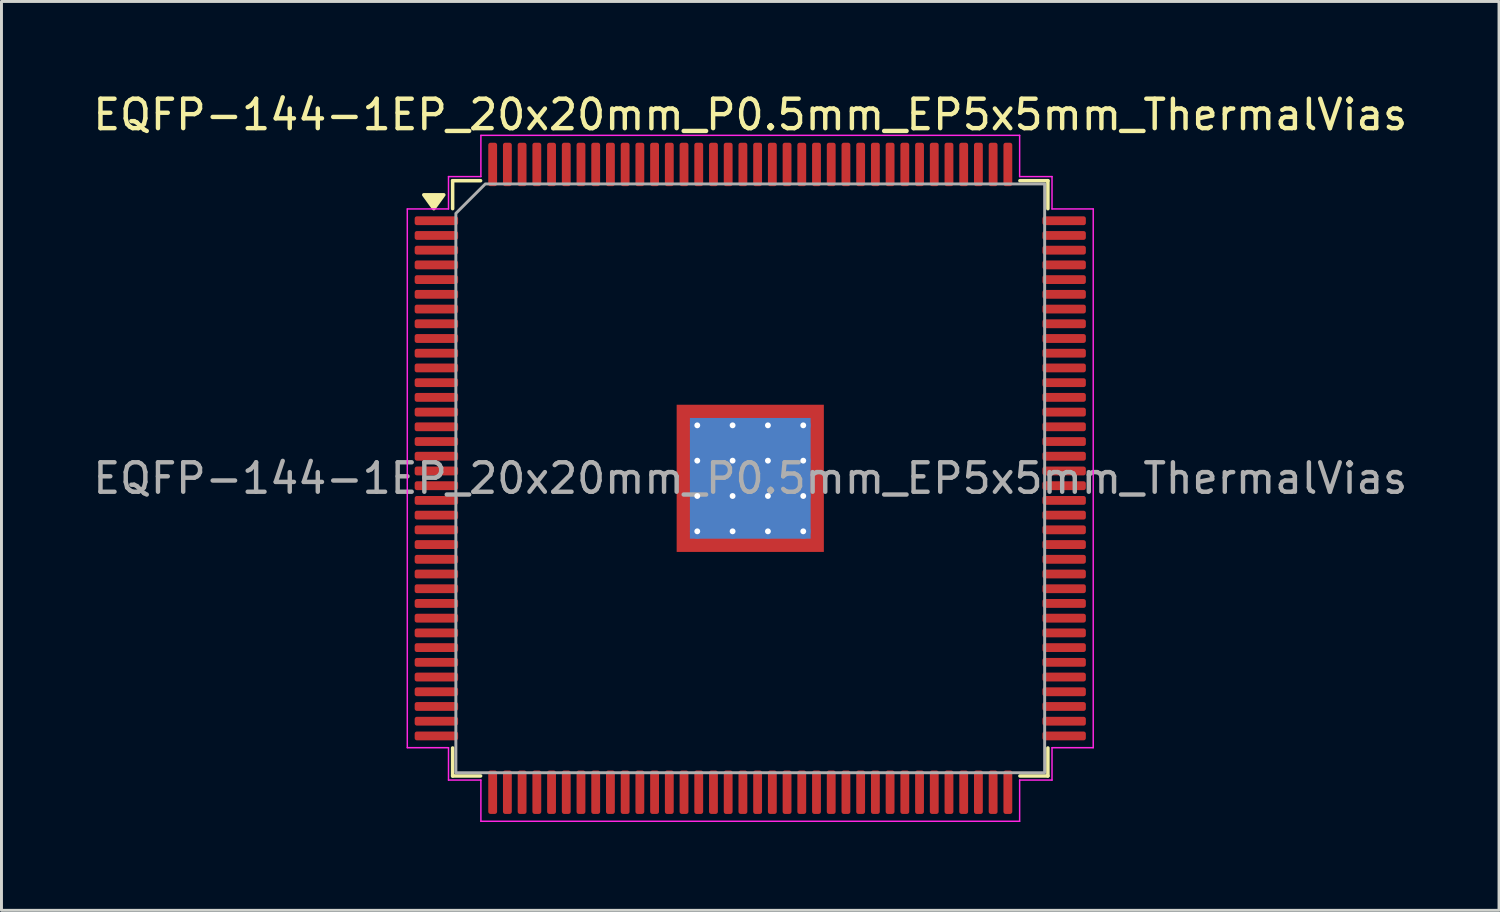
<source format=kicad_pcb>
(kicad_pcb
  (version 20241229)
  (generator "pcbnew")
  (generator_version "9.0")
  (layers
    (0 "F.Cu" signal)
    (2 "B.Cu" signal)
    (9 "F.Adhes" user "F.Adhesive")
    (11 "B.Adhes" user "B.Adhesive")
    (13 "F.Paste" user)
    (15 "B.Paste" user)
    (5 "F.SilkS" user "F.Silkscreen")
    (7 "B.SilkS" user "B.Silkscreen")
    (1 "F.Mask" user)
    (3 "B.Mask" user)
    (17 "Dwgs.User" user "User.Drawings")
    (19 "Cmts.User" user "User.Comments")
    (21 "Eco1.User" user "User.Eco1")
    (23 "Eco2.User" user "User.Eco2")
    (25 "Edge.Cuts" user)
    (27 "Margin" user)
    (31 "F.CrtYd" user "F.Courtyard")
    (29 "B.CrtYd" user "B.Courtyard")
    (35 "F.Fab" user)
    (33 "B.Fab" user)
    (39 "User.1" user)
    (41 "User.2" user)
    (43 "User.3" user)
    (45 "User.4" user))
  (footprint "EQFP-144-1EP_20x20mm_P0.5mm_EP5x5mm_ThermalVias"
    (layer "F.Cu")
    (at 22.435 13.198)
    (property "Reference" "EQFP-144-1EP_20x20mm_P0.5mm_EP5x5mm_ThermalVias" (at 0 -12.35 0) (layer "F.SilkS") (effects (font (size 1 1) (thickness 0.15))))
    (attr smd)
    (fp_line (start -10.11 -10.11) (end -9.16 -10.11) (stroke (width 0.12) (type solid)) (layer "F.SilkS"))
    (fp_line (start -10.11 -9.16) (end -10.11 -10.11) (stroke (width 0.12) (type solid)) (layer "F.SilkS"))
    (fp_line (start -10.11 10.11) (end -10.11 9.16) (stroke (width 0.12) (type solid)) (layer "F.SilkS"))
    (fp_line (start -9.16 10.11) (end -10.11 10.11) (stroke (width 0.12) (type solid)) (layer "F.SilkS"))
    (fp_line (start 9.16 -10.11) (end 10.11 -10.11) (stroke (width 0.12) (type solid)) (layer "F.SilkS"))
    (fp_line (start 10.11 -10.11) (end 10.11 -9.16) (stroke (width 0.12) (type solid)) (layer "F.SilkS"))
    (fp_line (start 10.11 9.16) (end 10.11 10.11) (stroke (width 0.12) (type solid)) (layer "F.SilkS"))
    (fp_line (start 10.11 10.11) (end 9.16 10.11) (stroke (width 0.12) (type solid)) (layer "F.SilkS"))
    (fp_poly (pts (xy -10.75 -9.16) (xy -11.09 -9.63) (xy -10.41 -9.63)) (stroke (width 0.12) (type solid)) (fill yes) (layer "F.SilkS"))
    (fp_line (start -11.65 -9.15) (end -10.25 -9.15) (stroke (width 0.05) (type solid)) (layer "F.CrtYd"))
    (fp_line (start -11.65 9.15) (end -11.65 -9.15) (stroke (width 0.05) (type solid)) (layer "F.CrtYd"))
    (fp_line (start -10.25 -10.25) (end -9.15 -10.25) (stroke (width 0.05) (type solid)) (layer "F.CrtYd"))
    (fp_line (start -10.25 -9.15) (end -10.25 -10.25) (stroke (width 0.05) (type solid)) (layer "F.CrtYd"))
    (fp_line (start -10.25 9.15) (end -11.65 9.15) (stroke (width 0.05) (type solid)) (layer "F.CrtYd"))
    (fp_line (start -10.25 10.25) (end -10.25 9.15) (stroke (width 0.05) (type solid)) (layer "F.CrtYd"))
    (fp_line (start -9.15 -11.65) (end 9.15 -11.65) (stroke (width 0.05) (type solid)) (layer "F.CrtYd"))
    (fp_line (start -9.15 -10.25) (end -9.15 -11.65) (stroke (width 0.05) (type solid)) (layer "F.CrtYd"))
    (fp_line (start -9.15 10.25) (end -10.25 10.25) (stroke (width 0.05) (type solid)) (layer "F.CrtYd"))
    (fp_line (start -9.15 11.65) (end -9.15 10.25) (stroke (width 0.05) (type solid)) (layer "F.CrtYd"))
    (fp_line (start 9.15 -11.65) (end 9.15 -10.25) (stroke (width 0.05) (type solid)) (layer "F.CrtYd"))
    (fp_line (start 9.15 -10.25) (end 10.25 -10.25) (stroke (width 0.05) (type solid)) (layer "F.CrtYd"))
    (fp_line (start 9.15 10.25) (end 9.15 11.65) (stroke (width 0.05) (type solid)) (layer "F.CrtYd"))
    (fp_line (start 9.15 11.65) (end -9.15 11.65) (stroke (width 0.05) (type solid)) (layer "F.CrtYd"))
    (fp_line (start 10.25 -10.25) (end 10.25 -9.15) (stroke (width 0.05) (type solid)) (layer "F.CrtYd"))
    (fp_line (start 10.25 -9.15) (end 11.65 -9.15) (stroke (width 0.05) (type solid)) (layer "F.CrtYd"))
    (fp_line (start 10.25 9.15) (end 10.25 10.25) (stroke (width 0.05) (type solid)) (layer "F.CrtYd"))
    (fp_line (start 10.25 10.25) (end 9.15 10.25) (stroke (width 0.05) (type solid)) (layer "F.CrtYd"))
    (fp_line (start 11.65 -9.15) (end 11.65 9.15) (stroke (width 0.05) (type solid)) (layer "F.CrtYd"))
    (fp_line (start 11.65 9.15) (end 10.25 9.15) (stroke (width 0.05) (type solid)) (layer "F.CrtYd"))
    (fp_poly (pts (xy -10 -9) (xy -10 10) (xy 10 10) (xy 10 -10) (xy -9 -10)) (stroke (width 0.1) (type solid)) (fill no) (layer "F.Fab"))
    (fp_text user "${REFERENCE}" (at 0 0 0) (layer "F.Fab") (effects (font (size 1 1) (thickness 0.15))))
    (pad "" smd roundrect (at -1.875 -1.875) (size 1.01 1.01) (layers "F.Paste") (roundrect_rratio 0.248))
    (pad "" smd roundrect (at -1.875 -0.625) (size 1.01 1.01) (layers "F.Paste") (roundrect_rratio 0.248))
    (pad "" smd roundrect (at -1.875 0.625) (size 1.01 1.01) (layers "F.Paste") (roundrect_rratio 0.248))
    (pad "" smd roundrect (at -1.875 1.875) (size 1.01 1.01) (layers "F.Paste") (roundrect_rratio 0.248))
    (pad "" smd roundrect (at -0.625 -1.875) (size 1.01 1.01) (layers "F.Paste") (roundrect_rratio 0.248))
    (pad "" smd roundrect (at -0.625 -0.625) (size 1.01 1.01) (layers "F.Paste") (roundrect_rratio 0.248))
    (pad "" smd roundrect (at -0.625 0.625) (size 1.01 1.01) (layers "F.Paste") (roundrect_rratio 0.248))
    (pad "" smd roundrect (at -0.625 1.875) (size 1.01 1.01) (layers "F.Paste") (roundrect_rratio 0.248))
    (pad "" smd roundrect (at 0.625 -1.875) (size 1.01 1.01) (layers "F.Paste") (roundrect_rratio 0.248))
    (pad "" smd roundrect (at 0.625 -0.625) (size 1.01 1.01) (layers "F.Paste") (roundrect_rratio 0.248))
    (pad "" smd roundrect (at 0.625 0.625) (size 1.01 1.01) (layers "F.Paste") (roundrect_rratio 0.248))
    (pad "" smd roundrect (at 0.625 1.875) (size 1.01 1.01) (layers "F.Paste") (roundrect_rratio 0.248))
    (pad "" smd roundrect (at 1.875 -1.875) (size 1.01 1.01) (layers "F.Paste") (roundrect_rratio 0.248))
    (pad "" smd roundrect (at 1.875 -0.625) (size 1.01 1.01) (layers "F.Paste") (roundrect_rratio 0.248))
    (pad "" smd roundrect (at 1.875 0.625) (size 1.01 1.01) (layers "F.Paste") (roundrect_rratio 0.248))
    (pad "" smd roundrect (at 1.875 1.875) (size 1.01 1.01) (layers "F.Paste") (roundrect_rratio 0.248))
    (pad "1" smd roundrect (at -10.662 -8.75) (size 1.475 0.3) (layers "F.Cu" "F.Mask" "F.Paste") (roundrect_rratio 0.25))
    (pad "2" smd roundrect (at -10.662 -8.25) (size 1.475 0.3) (layers "F.Cu" "F.Mask" "F.Paste") (roundrect_rratio 0.25))
    (pad "3" smd roundrect (at -10.662 -7.75) (size 1.475 0.3) (layers "F.Cu" "F.Mask" "F.Paste") (roundrect_rratio 0.25))
    (pad "4" smd roundrect (at -10.662 -7.25) (size 1.475 0.3) (layers "F.Cu" "F.Mask" "F.Paste") (roundrect_rratio 0.25))
    (pad "5" smd roundrect (at -10.662 -6.75) (size 1.475 0.3) (layers "F.Cu" "F.Mask" "F.Paste") (roundrect_rratio 0.25))
    (pad "6" smd roundrect (at -10.662 -6.25) (size 1.475 0.3) (layers "F.Cu" "F.Mask" "F.Paste") (roundrect_rratio 0.25))
    (pad "7" smd roundrect (at -10.662 -5.75) (size 1.475 0.3) (layers "F.Cu" "F.Mask" "F.Paste") (roundrect_rratio 0.25))
    (pad "8" smd roundrect (at -10.662 -5.25) (size 1.475 0.3) (layers "F.Cu" "F.Mask" "F.Paste") (roundrect_rratio 0.25))
    (pad "9" smd roundrect (at -10.662 -4.75) (size 1.475 0.3) (layers "F.Cu" "F.Mask" "F.Paste") (roundrect_rratio 0.25))
    (pad "10" smd roundrect (at -10.662 -4.25) (size 1.475 0.3) (layers "F.Cu" "F.Mask" "F.Paste") (roundrect_rratio 0.25))
    (pad "11" smd roundrect (at -10.662 -3.75) (size 1.475 0.3) (layers "F.Cu" "F.Mask" "F.Paste") (roundrect_rratio 0.25))
    (pad "12" smd roundrect (at -10.662 -3.25) (size 1.475 0.3) (layers "F.Cu" "F.Mask" "F.Paste") (roundrect_rratio 0.25))
    (pad "13" smd roundrect (at -10.662 -2.75) (size 1.475 0.3) (layers "F.Cu" "F.Mask" "F.Paste") (roundrect_rratio 0.25))
    (pad "14" smd roundrect (at -10.662 -2.25) (size 1.475 0.3) (layers "F.Cu" "F.Mask" "F.Paste") (roundrect_rratio 0.25))
    (pad "15" smd roundrect (at -10.662 -1.75) (size 1.475 0.3) (layers "F.Cu" "F.Mask" "F.Paste") (roundrect_rratio 0.25))
    (pad "16" smd roundrect (at -10.662 -1.25) (size 1.475 0.3) (layers "F.Cu" "F.Mask" "F.Paste") (roundrect_rratio 0.25))
    (pad "17" smd roundrect (at -10.662 -0.75) (size 1.475 0.3) (layers "F.Cu" "F.Mask" "F.Paste") (roundrect_rratio 0.25))
    (pad "18" smd roundrect (at -10.662 -0.25) (size 1.475 0.3) (layers "F.Cu" "F.Mask" "F.Paste") (roundrect_rratio 0.25))
    (pad "19" smd roundrect (at -10.662 0.25) (size 1.475 0.3) (layers "F.Cu" "F.Mask" "F.Paste") (roundrect_rratio 0.25))
    (pad "20" smd roundrect (at -10.662 0.75) (size 1.475 0.3) (layers "F.Cu" "F.Mask" "F.Paste") (roundrect_rratio 0.25))
    (pad "21" smd roundrect (at -10.662 1.25) (size 1.475 0.3) (layers "F.Cu" "F.Mask" "F.Paste") (roundrect_rratio 0.25))
    (pad "22" smd roundrect (at -10.662 1.75) (size 1.475 0.3) (layers "F.Cu" "F.Mask" "F.Paste") (roundrect_rratio 0.25))
    (pad "23" smd roundrect (at -10.662 2.25) (size 1.475 0.3) (layers "F.Cu" "F.Mask" "F.Paste") (roundrect_rratio 0.25))
    (pad "24" smd roundrect (at -10.662 2.75) (size 1.475 0.3) (layers "F.Cu" "F.Mask" "F.Paste") (roundrect_rratio 0.25))
    (pad "25" smd roundrect (at -10.662 3.25) (size 1.475 0.3) (layers "F.Cu" "F.Mask" "F.Paste") (roundrect_rratio 0.25))
    (pad "26" smd roundrect (at -10.662 3.75) (size 1.475 0.3) (layers "F.Cu" "F.Mask" "F.Paste") (roundrect_rratio 0.25))
    (pad "27" smd roundrect (at -10.662 4.25) (size 1.475 0.3) (layers "F.Cu" "F.Mask" "F.Paste") (roundrect_rratio 0.25))
    (pad "28" smd roundrect (at -10.662 4.75) (size 1.475 0.3) (layers "F.Cu" "F.Mask" "F.Paste") (roundrect_rratio 0.25))
    (pad "29" smd roundrect (at -10.662 5.25) (size 1.475 0.3) (layers "F.Cu" "F.Mask" "F.Paste") (roundrect_rratio 0.25))
    (pad "30" smd roundrect (at -10.662 5.75) (size 1.475 0.3) (layers "F.Cu" "F.Mask" "F.Paste") (roundrect_rratio 0.25))
    (pad "31" smd roundrect (at -10.662 6.25) (size 1.475 0.3) (layers "F.Cu" "F.Mask" "F.Paste") (roundrect_rratio 0.25))
    (pad "32" smd roundrect (at -10.662 6.75) (size 1.475 0.3) (layers "F.Cu" "F.Mask" "F.Paste") (roundrect_rratio 0.25))
    (pad "33" smd roundrect (at -10.662 7.25) (size 1.475 0.3) (layers "F.Cu" "F.Mask" "F.Paste") (roundrect_rratio 0.25))
    (pad "34" smd roundrect (at -10.662 7.75) (size 1.475 0.3) (layers "F.Cu" "F.Mask" "F.Paste") (roundrect_rratio 0.25))
    (pad "35" smd roundrect (at -10.662 8.25) (size 1.475 0.3) (layers "F.Cu" "F.Mask" "F.Paste") (roundrect_rratio 0.25))
    (pad "36" smd roundrect (at -10.662 8.75) (size 1.475 0.3) (layers "F.Cu" "F.Mask" "F.Paste") (roundrect_rratio 0.25))
    (pad "37" smd roundrect (at -8.75 10.662) (size 0.3 1.475) (layers "F.Cu" "F.Mask" "F.Paste") (roundrect_rratio 0.25))
    (pad "38" smd roundrect (at -8.25 10.662) (size 0.3 1.475) (layers "F.Cu" "F.Mask" "F.Paste") (roundrect_rratio 0.25))
    (pad "39" smd roundrect (at -7.75 10.662) (size 0.3 1.475) (layers "F.Cu" "F.Mask" "F.Paste") (roundrect_rratio 0.25))
    (pad "40" smd roundrect (at -7.25 10.662) (size 0.3 1.475) (layers "F.Cu" "F.Mask" "F.Paste") (roundrect_rratio 0.25))
    (pad "41" smd roundrect (at -6.75 10.662) (size 0.3 1.475) (layers "F.Cu" "F.Mask" "F.Paste") (roundrect_rratio 0.25))
    (pad "42" smd roundrect (at -6.25 10.662) (size 0.3 1.475) (layers "F.Cu" "F.Mask" "F.Paste") (roundrect_rratio 0.25))
    (pad "43" smd roundrect (at -5.75 10.662) (size 0.3 1.475) (layers "F.Cu" "F.Mask" "F.Paste") (roundrect_rratio 0.25))
    (pad "44" smd roundrect (at -5.25 10.662) (size 0.3 1.475) (layers "F.Cu" "F.Mask" "F.Paste") (roundrect_rratio 0.25))
    (pad "45" smd roundrect (at -4.75 10.662) (size 0.3 1.475) (layers "F.Cu" "F.Mask" "F.Paste") (roundrect_rratio 0.25))
    (pad "46" smd roundrect (at -4.25 10.662) (size 0.3 1.475) (layers "F.Cu" "F.Mask" "F.Paste") (roundrect_rratio 0.25))
    (pad "47" smd roundrect (at -3.75 10.662) (size 0.3 1.475) (layers "F.Cu" "F.Mask" "F.Paste") (roundrect_rratio 0.25))
    (pad "48" smd roundrect (at -3.25 10.662) (size 0.3 1.475) (layers "F.Cu" "F.Mask" "F.Paste") (roundrect_rratio 0.25))
    (pad "49" smd roundrect (at -2.75 10.662) (size 0.3 1.475) (layers "F.Cu" "F.Mask" "F.Paste") (roundrect_rratio 0.25))
    (pad "50" smd roundrect (at -2.25 10.662) (size 0.3 1.475) (layers "F.Cu" "F.Mask" "F.Paste") (roundrect_rratio 0.25))
    (pad "51" smd roundrect (at -1.75 10.662) (size 0.3 1.475) (layers "F.Cu" "F.Mask" "F.Paste") (roundrect_rratio 0.25))
    (pad "52" smd roundrect (at -1.25 10.662) (size 0.3 1.475) (layers "F.Cu" "F.Mask" "F.Paste") (roundrect_rratio 0.25))
    (pad "53" smd roundrect (at -0.75 10.662) (size 0.3 1.475) (layers "F.Cu" "F.Mask" "F.Paste") (roundrect_rratio 0.25))
    (pad "54" smd roundrect (at -0.25 10.662) (size 0.3 1.475) (layers "F.Cu" "F.Mask" "F.Paste") (roundrect_rratio 0.25))
    (pad "55" smd roundrect (at 0.25 10.662) (size 0.3 1.475) (layers "F.Cu" "F.Mask" "F.Paste") (roundrect_rratio 0.25))
    (pad "56" smd roundrect (at 0.75 10.662) (size 0.3 1.475) (layers "F.Cu" "F.Mask" "F.Paste") (roundrect_rratio 0.25))
    (pad "57" smd roundrect (at 1.25 10.662) (size 0.3 1.475) (layers "F.Cu" "F.Mask" "F.Paste") (roundrect_rratio 0.25))
    (pad "58" smd roundrect (at 1.75 10.662) (size 0.3 1.475) (layers "F.Cu" "F.Mask" "F.Paste") (roundrect_rratio 0.25))
    (pad "59" smd roundrect (at 2.25 10.662) (size 0.3 1.475) (layers "F.Cu" "F.Mask" "F.Paste") (roundrect_rratio 0.25))
    (pad "60" smd roundrect (at 2.75 10.662) (size 0.3 1.475) (layers "F.Cu" "F.Mask" "F.Paste") (roundrect_rratio 0.25))
    (pad "61" smd roundrect (at 3.25 10.662) (size 0.3 1.475) (layers "F.Cu" "F.Mask" "F.Paste") (roundrect_rratio 0.25))
    (pad "62" smd roundrect (at 3.75 10.662) (size 0.3 1.475) (layers "F.Cu" "F.Mask" "F.Paste") (roundrect_rratio 0.25))
    (pad "63" smd roundrect (at 4.25 10.662) (size 0.3 1.475) (layers "F.Cu" "F.Mask" "F.Paste") (roundrect_rratio 0.25))
    (pad "64" smd roundrect (at 4.75 10.662) (size 0.3 1.475) (layers "F.Cu" "F.Mask" "F.Paste") (roundrect_rratio 0.25))
    (pad "65" smd roundrect (at 5.25 10.662) (size 0.3 1.475) (layers "F.Cu" "F.Mask" "F.Paste") (roundrect_rratio 0.25))
    (pad "66" smd roundrect (at 5.75 10.662) (size 0.3 1.475) (layers "F.Cu" "F.Mask" "F.Paste") (roundrect_rratio 0.25))
    (pad "67" smd roundrect (at 6.25 10.662) (size 0.3 1.475) (layers "F.Cu" "F.Mask" "F.Paste") (roundrect_rratio 0.25))
    (pad "68" smd roundrect (at 6.75 10.662) (size 0.3 1.475) (layers "F.Cu" "F.Mask" "F.Paste") (roundrect_rratio 0.25))
    (pad "69" smd roundrect (at 7.25 10.662) (size 0.3 1.475) (layers "F.Cu" "F.Mask" "F.Paste") (roundrect_rratio 0.25))
    (pad "70" smd roundrect (at 7.75 10.662) (size 0.3 1.475) (layers "F.Cu" "F.Mask" "F.Paste") (roundrect_rratio 0.25))
    (pad "71" smd roundrect (at 8.25 10.662) (size 0.3 1.475) (layers "F.Cu" "F.Mask" "F.Paste") (roundrect_rratio 0.25))
    (pad "72" smd roundrect (at 8.75 10.662) (size 0.3 1.475) (layers "F.Cu" "F.Mask" "F.Paste") (roundrect_rratio 0.25))
    (pad "73" smd roundrect (at 10.662 8.75) (size 1.475 0.3) (layers "F.Cu" "F.Mask" "F.Paste") (roundrect_rratio 0.25))
    (pad "74" smd roundrect (at 10.662 8.25) (size 1.475 0.3) (layers "F.Cu" "F.Mask" "F.Paste") (roundrect_rratio 0.25))
    (pad "75" smd roundrect (at 10.662 7.75) (size 1.475 0.3) (layers "F.Cu" "F.Mask" "F.Paste") (roundrect_rratio 0.25))
    (pad "76" smd roundrect (at 10.662 7.25) (size 1.475 0.3) (layers "F.Cu" "F.Mask" "F.Paste") (roundrect_rratio 0.25))
    (pad "77" smd roundrect (at 10.662 6.75) (size 1.475 0.3) (layers "F.Cu" "F.Mask" "F.Paste") (roundrect_rratio 0.25))
    (pad "78" smd roundrect (at 10.662 6.25) (size 1.475 0.3) (layers "F.Cu" "F.Mask" "F.Paste") (roundrect_rratio 0.25))
    (pad "79" smd roundrect (at 10.662 5.75) (size 1.475 0.3) (layers "F.Cu" "F.Mask" "F.Paste") (roundrect_rratio 0.25))
    (pad "80" smd roundrect (at 10.662 5.25) (size 1.475 0.3) (layers "F.Cu" "F.Mask" "F.Paste") (roundrect_rratio 0.25))
    (pad "81" smd roundrect (at 10.662 4.75) (size 1.475 0.3) (layers "F.Cu" "F.Mask" "F.Paste") (roundrect_rratio 0.25))
    (pad "82" smd roundrect (at 10.662 4.25) (size 1.475 0.3) (layers "F.Cu" "F.Mask" "F.Paste") (roundrect_rratio 0.25))
    (pad "83" smd roundrect (at 10.662 3.75) (size 1.475 0.3) (layers "F.Cu" "F.Mask" "F.Paste") (roundrect_rratio 0.25))
    (pad "84" smd roundrect (at 10.662 3.25) (size 1.475 0.3) (layers "F.Cu" "F.Mask" "F.Paste") (roundrect_rratio 0.25))
    (pad "85" smd roundrect (at 10.662 2.75) (size 1.475 0.3) (layers "F.Cu" "F.Mask" "F.Paste") (roundrect_rratio 0.25))
    (pad "86" smd roundrect (at 10.662 2.25) (size 1.475 0.3) (layers "F.Cu" "F.Mask" "F.Paste") (roundrect_rratio 0.25))
    (pad "87" smd roundrect (at 10.662 1.75) (size 1.475 0.3) (layers "F.Cu" "F.Mask" "F.Paste") (roundrect_rratio 0.25))
    (pad "88" smd roundrect (at 10.662 1.25) (size 1.475 0.3) (layers "F.Cu" "F.Mask" "F.Paste") (roundrect_rratio 0.25))
    (pad "89" smd roundrect (at 10.662 0.75) (size 1.475 0.3) (layers "F.Cu" "F.Mask" "F.Paste") (roundrect_rratio 0.25))
    (pad "90" smd roundrect (at 10.662 0.25) (size 1.475 0.3) (layers "F.Cu" "F.Mask" "F.Paste") (roundrect_rratio 0.25))
    (pad "91" smd roundrect (at 10.662 -0.25) (size 1.475 0.3) (layers "F.Cu" "F.Mask" "F.Paste") (roundrect_rratio 0.25))
    (pad "92" smd roundrect (at 10.662 -0.75) (size 1.475 0.3) (layers "F.Cu" "F.Mask" "F.Paste") (roundrect_rratio 0.25))
    (pad "93" smd roundrect (at 10.662 -1.25) (size 1.475 0.3) (layers "F.Cu" "F.Mask" "F.Paste") (roundrect_rratio 0.25))
    (pad "94" smd roundrect (at 10.662 -1.75) (size 1.475 0.3) (layers "F.Cu" "F.Mask" "F.Paste") (roundrect_rratio 0.25))
    (pad "95" smd roundrect (at 10.662 -2.25) (size 1.475 0.3) (layers "F.Cu" "F.Mask" "F.Paste") (roundrect_rratio 0.25))
    (pad "96" smd roundrect (at 10.662 -2.75) (size 1.475 0.3) (layers "F.Cu" "F.Mask" "F.Paste") (roundrect_rratio 0.25))
    (pad "97" smd roundrect (at 10.662 -3.25) (size 1.475 0.3) (layers "F.Cu" "F.Mask" "F.Paste") (roundrect_rratio 0.25))
    (pad "98" smd roundrect (at 10.662 -3.75) (size 1.475 0.3) (layers "F.Cu" "F.Mask" "F.Paste") (roundrect_rratio 0.25))
    (pad "99" smd roundrect (at 10.662 -4.25) (size 1.475 0.3) (layers "F.Cu" "F.Mask" "F.Paste") (roundrect_rratio 0.25))
    (pad "100" smd roundrect (at 10.662 -4.75) (size 1.475 0.3) (layers "F.Cu" "F.Mask" "F.Paste") (roundrect_rratio 0.25))
    (pad "101" smd roundrect (at 10.662 -5.25) (size 1.475 0.3) (layers "F.Cu" "F.Mask" "F.Paste") (roundrect_rratio 0.25))
    (pad "102" smd roundrect (at 10.662 -5.75) (size 1.475 0.3) (layers "F.Cu" "F.Mask" "F.Paste") (roundrect_rratio 0.25))
    (pad "103" smd roundrect (at 10.662 -6.25) (size 1.475 0.3) (layers "F.Cu" "F.Mask" "F.Paste") (roundrect_rratio 0.25))
    (pad "104" smd roundrect (at 10.662 -6.75) (size 1.475 0.3) (layers "F.Cu" "F.Mask" "F.Paste") (roundrect_rratio 0.25))
    (pad "105" smd roundrect (at 10.662 -7.25) (size 1.475 0.3) (layers "F.Cu" "F.Mask" "F.Paste") (roundrect_rratio 0.25))
    (pad "106" smd roundrect (at 10.662 -7.75) (size 1.475 0.3) (layers "F.Cu" "F.Mask" "F.Paste") (roundrect_rratio 0.25))
    (pad "107" smd roundrect (at 10.662 -8.25) (size 1.475 0.3) (layers "F.Cu" "F.Mask" "F.Paste") (roundrect_rratio 0.25))
    (pad "108" smd roundrect (at 10.662 -8.75) (size 1.475 0.3) (layers "F.Cu" "F.Mask" "F.Paste") (roundrect_rratio 0.25))
    (pad "109" smd roundrect (at 8.75 -10.662) (size 0.3 1.475) (layers "F.Cu" "F.Mask" "F.Paste") (roundrect_rratio 0.25))
    (pad "110" smd roundrect (at 8.25 -10.662) (size 0.3 1.475) (layers "F.Cu" "F.Mask" "F.Paste") (roundrect_rratio 0.25))
    (pad "111" smd roundrect (at 7.75 -10.662) (size 0.3 1.475) (layers "F.Cu" "F.Mask" "F.Paste") (roundrect_rratio 0.25))
    (pad "112" smd roundrect (at 7.25 -10.662) (size 0.3 1.475) (layers "F.Cu" "F.Mask" "F.Paste") (roundrect_rratio 0.25))
    (pad "113" smd roundrect (at 6.75 -10.662) (size 0.3 1.475) (layers "F.Cu" "F.Mask" "F.Paste") (roundrect_rratio 0.25))
    (pad "114" smd roundrect (at 6.25 -10.662) (size 0.3 1.475) (layers "F.Cu" "F.Mask" "F.Paste") (roundrect_rratio 0.25))
    (pad "115" smd roundrect (at 5.75 -10.662) (size 0.3 1.475) (layers "F.Cu" "F.Mask" "F.Paste") (roundrect_rratio 0.25))
    (pad "116" smd roundrect (at 5.25 -10.662) (size 0.3 1.475) (layers "F.Cu" "F.Mask" "F.Paste") (roundrect_rratio 0.25))
    (pad "117" smd roundrect (at 4.75 -10.662) (size 0.3 1.475) (layers "F.Cu" "F.Mask" "F.Paste") (roundrect_rratio 0.25))
    (pad "118" smd roundrect (at 4.25 -10.662) (size 0.3 1.475) (layers "F.Cu" "F.Mask" "F.Paste") (roundrect_rratio 0.25))
    (pad "119" smd roundrect (at 3.75 -10.662) (size 0.3 1.475) (layers "F.Cu" "F.Mask" "F.Paste") (roundrect_rratio 0.25))
    (pad "120" smd roundrect (at 3.25 -10.662) (size 0.3 1.475) (layers "F.Cu" "F.Mask" "F.Paste") (roundrect_rratio 0.25))
    (pad "121" smd roundrect (at 2.75 -10.662) (size 0.3 1.475) (layers "F.Cu" "F.Mask" "F.Paste") (roundrect_rratio 0.25))
    (pad "122" smd roundrect (at 2.25 -10.662) (size 0.3 1.475) (layers "F.Cu" "F.Mask" "F.Paste") (roundrect_rratio 0.25))
    (pad "123" smd roundrect (at 1.75 -10.662) (size 0.3 1.475) (layers "F.Cu" "F.Mask" "F.Paste") (roundrect_rratio 0.25))
    (pad "124" smd roundrect (at 1.25 -10.662) (size 0.3 1.475) (layers "F.Cu" "F.Mask" "F.Paste") (roundrect_rratio 0.25))
    (pad "125" smd roundrect (at 0.75 -10.662) (size 0.3 1.475) (layers "F.Cu" "F.Mask" "F.Paste") (roundrect_rratio 0.25))
    (pad "126" smd roundrect (at 0.25 -10.662) (size 0.3 1.475) (layers "F.Cu" "F.Mask" "F.Paste") (roundrect_rratio 0.25))
    (pad "127" smd roundrect (at -0.25 -10.662) (size 0.3 1.475) (layers "F.Cu" "F.Mask" "F.Paste") (roundrect_rratio 0.25))
    (pad "128" smd roundrect (at -0.75 -10.662) (size 0.3 1.475) (layers "F.Cu" "F.Mask" "F.Paste") (roundrect_rratio 0.25))
    (pad "129" smd roundrect (at -1.25 -10.662) (size 0.3 1.475) (layers "F.Cu" "F.Mask" "F.Paste") (roundrect_rratio 0.25))
    (pad "130" smd roundrect (at -1.75 -10.662) (size 0.3 1.475) (layers "F.Cu" "F.Mask" "F.Paste") (roundrect_rratio 0.25))
    (pad "131" smd roundrect (at -2.25 -10.662) (size 0.3 1.475) (layers "F.Cu" "F.Mask" "F.Paste") (roundrect_rratio 0.25))
    (pad "132" smd roundrect (at -2.75 -10.662) (size 0.3 1.475) (layers "F.Cu" "F.Mask" "F.Paste") (roundrect_rratio 0.25))
    (pad "133" smd roundrect (at -3.25 -10.662) (size 0.3 1.475) (layers "F.Cu" "F.Mask" "F.Paste") (roundrect_rratio 0.25))
    (pad "134" smd roundrect (at -3.75 -10.662) (size 0.3 1.475) (layers "F.Cu" "F.Mask" "F.Paste") (roundrect_rratio 0.25))
    (pad "135" smd roundrect (at -4.25 -10.662) (size 0.3 1.475) (layers "F.Cu" "F.Mask" "F.Paste") (roundrect_rratio 0.25))
    (pad "136" smd roundrect (at -4.75 -10.662) (size 0.3 1.475) (layers "F.Cu" "F.Mask" "F.Paste") (roundrect_rratio 0.25))
    (pad "137" smd roundrect (at -5.25 -10.662) (size 0.3 1.475) (layers "F.Cu" "F.Mask" "F.Paste") (roundrect_rratio 0.25))
    (pad "138" smd roundrect (at -5.75 -10.662) (size 0.3 1.475) (layers "F.Cu" "F.Mask" "F.Paste") (roundrect_rratio 0.25))
    (pad "139" smd roundrect (at -6.25 -10.662) (size 0.3 1.475) (layers "F.Cu" "F.Mask" "F.Paste") (roundrect_rratio 0.25))
    (pad "140" smd roundrect (at -6.75 -10.662) (size 0.3 1.475) (layers "F.Cu" "F.Mask" "F.Paste") (roundrect_rratio 0.25))
    (pad "141" smd roundrect (at -7.25 -10.662) (size 0.3 1.475) (layers "F.Cu" "F.Mask" "F.Paste") (roundrect_rratio 0.25))
    (pad "142" smd roundrect (at -7.75 -10.662) (size 0.3 1.475) (layers "F.Cu" "F.Mask" "F.Paste") (roundrect_rratio 0.25))
    (pad "143" smd roundrect (at -8.25 -10.662) (size 0.3 1.475) (layers "F.Cu" "F.Mask" "F.Paste") (roundrect_rratio 0.25))
    (pad "144" smd roundrect (at -8.75 -10.662) (size 0.3 1.475) (layers "F.Cu" "F.Mask" "F.Paste") (roundrect_rratio 0.25))
    (pad "145" thru_hole circle (at -1.8 -1.8) (size 0.5 0.5) (drill 0.2) (property pad_prop_heatsink) (layers "*.Cu"))
    (pad "145" thru_hole circle (at -1.8 -0.6) (size 0.5 0.5) (drill 0.2) (property pad_prop_heatsink) (layers "*.Cu"))
    (pad "145" thru_hole circle (at -1.8 0.6) (size 0.5 0.5) (drill 0.2) (property pad_prop_heatsink) (layers "*.Cu"))
    (pad "145" thru_hole circle (at -1.8 1.8) (size 0.5 0.5) (drill 0.2) (property pad_prop_heatsink) (layers "*.Cu"))
    (pad "145" thru_hole circle (at -0.6 -1.8) (size 0.5 0.5) (drill 0.2) (property pad_prop_heatsink) (layers "*.Cu"))
    (pad "145" thru_hole circle (at -0.6 -0.6) (size 0.5 0.5) (drill 0.2) (property pad_prop_heatsink) (layers "*.Cu"))
    (pad "145" thru_hole circle (at -0.6 0.6) (size 0.5 0.5) (drill 0.2) (property pad_prop_heatsink) (layers "*.Cu"))
    (pad "145" thru_hole circle (at -0.6 1.8) (size 0.5 0.5) (drill 0.2) (property pad_prop_heatsink) (layers "*.Cu"))
    (pad "145" smd rect (at 0 0) (size 4.1 4.1) (property pad_prop_heatsink) (layers "B.Cu"))
    (pad "145" smd rect (at 0 0) (size 5 5) (property pad_prop_heatsink) (layers "F.Cu" "F.Mask"))
    (pad "145" thru_hole circle (at 0.6 -1.8) (size 0.5 0.5) (drill 0.2) (property pad_prop_heatsink) (layers "*.Cu"))
    (pad "145" thru_hole circle (at 0.6 -0.6) (size 0.5 0.5) (drill 0.2) (property pad_prop_heatsink) (layers "*.Cu"))
    (pad "145" thru_hole circle (at 0.6 0.6) (size 0.5 0.5) (drill 0.2) (property pad_prop_heatsink) (layers "*.Cu"))
    (pad "145" thru_hole circle (at 0.6 1.8) (size 0.5 0.5) (drill 0.2) (property pad_prop_heatsink) (layers "*.Cu"))
    (pad "145" thru_hole circle (at 1.8 -1.8) (size 0.5 0.5) (drill 0.2) (property pad_prop_heatsink) (layers "*.Cu"))
    (pad "145" thru_hole circle (at 1.8 -0.6) (size 0.5 0.5) (drill 0.2) (property pad_prop_heatsink) (layers "*.Cu"))
    (pad "145" thru_hole circle (at 1.8 0.6) (size 0.5 0.5) (drill 0.2) (property pad_prop_heatsink) (layers "*.Cu"))
    (pad "145" thru_hole circle (at 1.8 1.8) (size 0.5 0.5) (drill 0.2) (property pad_prop_heatsink) (layers "*.Cu")))
  (gr_rect
    (start -3 -3)
    (end 47.869 27.873)
    (stroke (width 0.1) (type default))
    (fill no)
    (layer "Edge.Cuts")))
</source>
